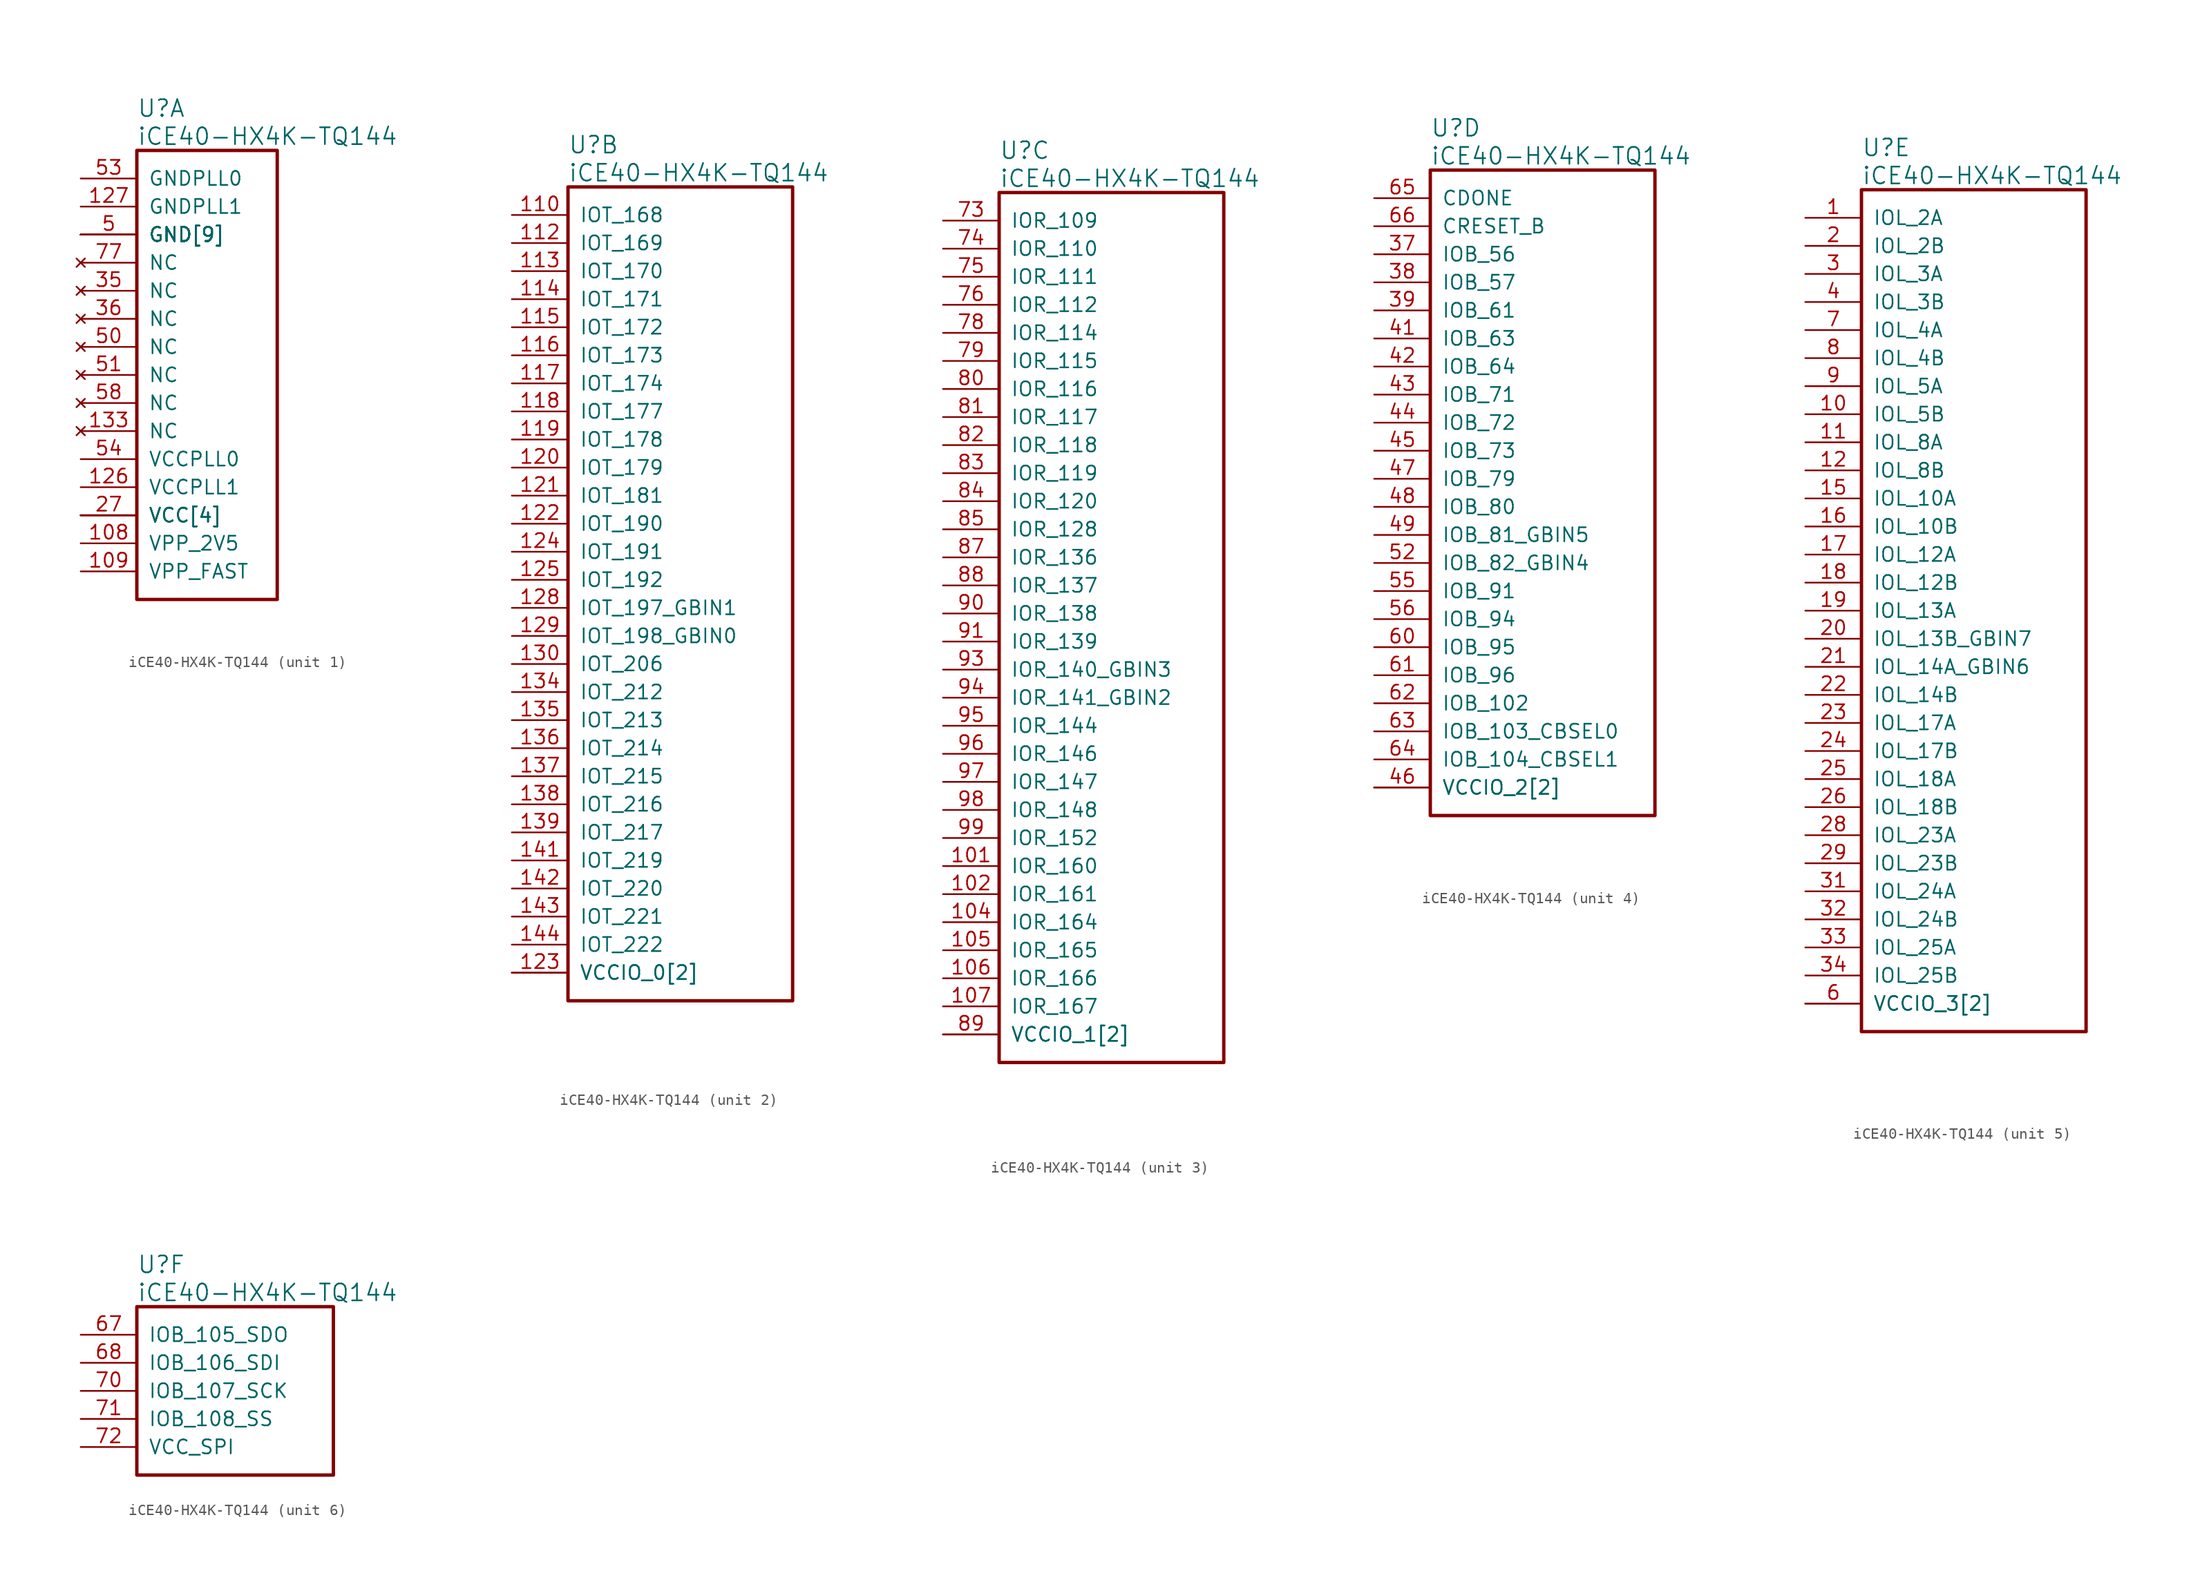
<source format=kicad_sym>
(kicad_symbol_lib
  (version 20241209)
  (generator "kicad_symbol_editor")
  (generator_version "9.0")
  (symbol "iCE40-HX4K-TQ144"
    (pin_names
      (offset 1.016))
    (property "Reference" "U"
      (at 5.08 6.35 0)
      (effects (font (size 1.524 1.524)) (justify left)))
    (property "Value" "iCE40-HX4K-TQ144"
      (at 5.08 3.81 0)
      (effects (font (size 1.524 1.524)) (justify left)))
    (property "ki_locked" ""
      (at 0 0 0)
      (effects (font (size 1.27 1.27))))
    (symbol "iCE40-HX4K-TQ144_1_1"
      (rectangle (start 5.08 2.54) (end 17.78 -38.1) (stroke (width 0.305) (type solid)) (fill (type none)))
      (pin power_in line (at 0 0 0) (length 5.08) (name "GNDPLL0" (effects (font (size 1.27 1.27)))) (number "53" (effects (font (size 1.27 1.27)))))
      (pin power_in line (at 0 -2.54 0) (length 5.08) (name "GNDPLL1" (effects (font (size 1.27 1.27)))) (number "127" (effects (font (size 1.27 1.27)))))
      (pin power_in line (at 0 -5.08 0) (length 5.08) (name "GND[9]" (effects (font (size 1.27 1.27)))) (number "103" (effects (font (size 0 0)))))
      (pin power_in line (at 0 -5.08 0) (length 5.08) (name "GND[9]" (effects (font (size 1.27 1.27)))) (number "13" (effects (font (size 0 0)))))
      (pin power_in line (at 0 -5.08 0) (length 5.08) (name "GND[9]" (effects (font (size 1.27 1.27)))) (number "132" (effects (font (size 0 0)))))
      (pin power_in line (at 0 -5.08 0) (length 5.08) (name "GND[9]" (effects (font (size 1.27 1.27)))) (number "14" (effects (font (size 0 0)))))
      (pin power_in line (at 0 -5.08 0) (length 5.08) (name "GND[9]" (effects (font (size 1.27 1.27)))) (number "140" (effects (font (size 0 0)))))
      (pin power_in line (at 0 -5.08 0) (length 5.08) (name "GND[9]" (effects (font (size 1.27 1.27)))) (number "5" (effects (font (size 1.27 1.27)))))
      (pin power_in line (at 0 -5.08 0) (length 5.08) (name "GND[9]" (effects (font (size 1.27 1.27)))) (number "59" (effects (font (size 0 0)))))
      (pin power_in line (at 0 -5.08 0) (length 5.08) (name "GND[9]" (effects (font (size 1.27 1.27)))) (number "69" (effects (font (size 0 0)))))
      (pin power_in line (at 0 -5.08 0) (length 5.08) (name "GND[9]" (effects (font (size 1.27 1.27)))) (number "86" (effects (font (size 0 0)))))
      (pin no_connect line (at 0 -7.62 0) (length 5.08) (name "NC" (effects (font (size 1.27 1.27)))) (number "77" (effects (font (size 1.27 1.27)))))
      (pin no_connect line (at 0 -10.16 0) (length 5.08) (name "NC" (effects (font (size 1.27 1.27)))) (number "35" (effects (font (size 1.27 1.27)))))
      (pin no_connect line (at 0 -12.7 0) (length 5.08) (name "NC" (effects (font (size 1.27 1.27)))) (number "36" (effects (font (size 1.27 1.27)))))
      (pin no_connect line (at 0 -15.24 0) (length 5.08) (name "NC" (effects (font (size 1.27 1.27)))) (number "50" (effects (font (size 1.27 1.27)))))
      (pin no_connect line (at 0 -17.78 0) (length 5.08) (name "NC" (effects (font (size 1.27 1.27)))) (number "51" (effects (font (size 1.27 1.27)))))
      (pin no_connect line (at 0 -20.32 0) (length 5.08) (name "NC" (effects (font (size 1.27 1.27)))) (number "58" (effects (font (size 1.27 1.27)))))
      (pin no_connect line (at 0 -22.86 0) (length 5.08) (name "NC" (effects (font (size 1.27 1.27)))) (number "133" (effects (font (size 1.27 1.27)))))
      (pin power_in line (at 0 -25.4 0) (length 5.08) (name "VCCPLL0" (effects (font (size 1.27 1.27)))) (number "54" (effects (font (size 1.27 1.27)))))
      (pin power_in line (at 0 -27.94 0) (length 5.08) (name "VCCPLL1" (effects (font (size 1.27 1.27)))) (number "126" (effects (font (size 1.27 1.27)))))
      (pin power_in line (at 0 -30.48 0) (length 5.08) (name "VCC[4]" (effects (font (size 1.27 1.27)))) (number "111" (effects (font (size 0 0)))))
      (pin power_in line (at 0 -30.48 0) (length 5.08) (name "VCC[4]" (effects (font (size 1.27 1.27)))) (number "27" (effects (font (size 1.27 1.27)))))
      (pin power_in line (at 0 -30.48 0) (length 5.08) (name "VCC[4]" (effects (font (size 1.27 1.27)))) (number "40" (effects (font (size 0 0)))))
      (pin power_in line (at 0 -30.48 0) (length 5.08) (name "VCC[4]" (effects (font (size 1.27 1.27)))) (number "92" (effects (font (size 0 0)))))
      (pin power_in line (at 0 -33.02 0) (length 5.08) (name "VPP_2V5" (effects (font (size 1.27 1.27)))) (number "108" (effects (font (size 1.27 1.27)))))
      (pin power_in line (at 0 -35.56 0) (length 5.08) (name "VPP_FAST" (effects (font (size 1.27 1.27)))) (number "109" (effects (font (size 1.27 1.27))))))
    (symbol "iCE40-HX4K-TQ144_2_1"
      (rectangle (start 5.08 2.54) (end 25.4 -71.12) (stroke (width 0.305) (type solid)) (fill (type none)))
      (pin bidirectional line (at 0 0 0) (length 5.08) (name "IOT_168" (effects (font (size 1.27 1.27)))) (number "110" (effects (font (size 1.27 1.27)))))
      (pin bidirectional line (at 0 -2.54 0) (length 5.08) (name "IOT_169" (effects (font (size 1.27 1.27)))) (number "112" (effects (font (size 1.27 1.27)))))
      (pin bidirectional line (at 0 -5.08 0) (length 5.08) (name "IOT_170" (effects (font (size 1.27 1.27)))) (number "113" (effects (font (size 1.27 1.27)))))
      (pin bidirectional line (at 0 -7.62 0) (length 5.08) (name "IOT_171" (effects (font (size 1.27 1.27)))) (number "114" (effects (font (size 1.27 1.27)))))
      (pin bidirectional line (at 0 -10.16 0) (length 5.08) (name "IOT_172" (effects (font (size 1.27 1.27)))) (number "115" (effects (font (size 1.27 1.27)))))
      (pin bidirectional line (at 0 -12.7 0) (length 5.08) (name "IOT_173" (effects (font (size 1.27 1.27)))) (number "116" (effects (font (size 1.27 1.27)))))
      (pin bidirectional line (at 0 -15.24 0) (length 5.08) (name "IOT_174" (effects (font (size 1.27 1.27)))) (number "117" (effects (font (size 1.27 1.27)))))
      (pin bidirectional line (at 0 -17.78 0) (length 5.08) (name "IOT_177" (effects (font (size 1.27 1.27)))) (number "118" (effects (font (size 1.27 1.27)))))
      (pin bidirectional line (at 0 -20.32 0) (length 5.08) (name "IOT_178" (effects (font (size 1.27 1.27)))) (number "119" (effects (font (size 1.27 1.27)))))
      (pin bidirectional line (at 0 -22.86 0) (length 5.08) (name "IOT_179" (effects (font (size 1.27 1.27)))) (number "120" (effects (font (size 1.27 1.27)))))
      (pin bidirectional line (at 0 -25.4 0) (length 5.08) (name "IOT_181" (effects (font (size 1.27 1.27)))) (number "121" (effects (font (size 1.27 1.27)))))
      (pin bidirectional line (at 0 -27.94 0) (length 5.08) (name "IOT_190" (effects (font (size 1.27 1.27)))) (number "122" (effects (font (size 1.27 1.27)))))
      (pin bidirectional line (at 0 -30.48 0) (length 5.08) (name "IOT_191" (effects (font (size 1.27 1.27)))) (number "124" (effects (font (size 1.27 1.27)))))
      (pin bidirectional line (at 0 -33.02 0) (length 5.08) (name "IOT_192" (effects (font (size 1.27 1.27)))) (number "125" (effects (font (size 1.27 1.27)))))
      (pin bidirectional line (at 0 -35.56 0) (length 5.08) (name "IOT_197_GBIN1" (effects (font (size 1.27 1.27)))) (number "128" (effects (font (size 1.27 1.27)))))
      (pin bidirectional line (at 0 -38.1 0) (length 5.08) (name "IOT_198_GBIN0" (effects (font (size 1.27 1.27)))) (number "129" (effects (font (size 1.27 1.27)))))
      (pin bidirectional line (at 0 -40.64 0) (length 5.08) (name "IOT_206" (effects (font (size 1.27 1.27)))) (number "130" (effects (font (size 1.27 1.27)))))
      (pin bidirectional line (at 0 -43.18 0) (length 5.08) (name "IOT_212" (effects (font (size 1.27 1.27)))) (number "134" (effects (font (size 1.27 1.27)))))
      (pin bidirectional line (at 0 -45.72 0) (length 5.08) (name "IOT_213" (effects (font (size 1.27 1.27)))) (number "135" (effects (font (size 1.27 1.27)))))
      (pin bidirectional line (at 0 -48.26 0) (length 5.08) (name "IOT_214" (effects (font (size 1.27 1.27)))) (number "136" (effects (font (size 1.27 1.27)))))
      (pin bidirectional line (at 0 -50.8 0) (length 5.08) (name "IOT_215" (effects (font (size 1.27 1.27)))) (number "137" (effects (font (size 1.27 1.27)))))
      (pin bidirectional line (at 0 -53.34 0) (length 5.08) (name "IOT_216" (effects (font (size 1.27 1.27)))) (number "138" (effects (font (size 1.27 1.27)))))
      (pin bidirectional line (at 0 -55.88 0) (length 5.08) (name "IOT_217" (effects (font (size 1.27 1.27)))) (number "139" (effects (font (size 1.27 1.27)))))
      (pin bidirectional line (at 0 -58.42 0) (length 5.08) (name "IOT_219" (effects (font (size 1.27 1.27)))) (number "141" (effects (font (size 1.27 1.27)))))
      (pin bidirectional line (at 0 -60.96 0) (length 5.08) (name "IOT_220" (effects (font (size 1.27 1.27)))) (number "142" (effects (font (size 1.27 1.27)))))
      (pin bidirectional line (at 0 -63.5 0) (length 5.08) (name "IOT_221" (effects (font (size 1.27 1.27)))) (number "143" (effects (font (size 1.27 1.27)))))
      (pin bidirectional line (at 0 -66.04 0) (length 5.08) (name "IOT_222" (effects (font (size 1.27 1.27)))) (number "144" (effects (font (size 1.27 1.27)))))
      (pin power_in line (at 0 -68.58 0) (length 5.08) (name "VCCIO_0[2]" (effects (font (size 1.27 1.27)))) (number "123" (effects (font (size 1.27 1.27)))))
      (pin power_in line (at 0 -68.58 0) (length 5.08) (name "VCCIO_0[2]" (effects (font (size 1.27 1.27)))) (number "131" (effects (font (size 0 0))))))
    (symbol "iCE40-HX4K-TQ144_3_1"
      (rectangle (start 5.08 2.54) (end 25.4 -76.2) (stroke (width 0.305) (type solid)) (fill (type none)))
      (pin bidirectional line (at 0 0 0) (length 5.08) (name "IOR_109" (effects (font (size 1.27 1.27)))) (number "73" (effects (font (size 1.27 1.27)))))
      (pin bidirectional line (at 0 -2.54 0) (length 5.08) (name "IOR_110" (effects (font (size 1.27 1.27)))) (number "74" (effects (font (size 1.27 1.27)))))
      (pin bidirectional line (at 0 -5.08 0) (length 5.08) (name "IOR_111" (effects (font (size 1.27 1.27)))) (number "75" (effects (font (size 1.27 1.27)))))
      (pin bidirectional line (at 0 -7.62 0) (length 5.08) (name "IOR_112" (effects (font (size 1.27 1.27)))) (number "76" (effects (font (size 1.27 1.27)))))
      (pin bidirectional line (at 0 -10.16 0) (length 5.08) (name "IOR_114" (effects (font (size 1.27 1.27)))) (number "78" (effects (font (size 1.27 1.27)))))
      (pin bidirectional line (at 0 -12.7 0) (length 5.08) (name "IOR_115" (effects (font (size 1.27 1.27)))) (number "79" (effects (font (size 1.27 1.27)))))
      (pin bidirectional line (at 0 -15.24 0) (length 5.08) (name "IOR_116" (effects (font (size 1.27 1.27)))) (number "80" (effects (font (size 1.27 1.27)))))
      (pin bidirectional line (at 0 -17.78 0) (length 5.08) (name "IOR_117" (effects (font (size 1.27 1.27)))) (number "81" (effects (font (size 1.27 1.27)))))
      (pin bidirectional line (at 0 -20.32 0) (length 5.08) (name "IOR_118" (effects (font (size 1.27 1.27)))) (number "82" (effects (font (size 1.27 1.27)))))
      (pin bidirectional line (at 0 -22.86 0) (length 5.08) (name "IOR_119" (effects (font (size 1.27 1.27)))) (number "83" (effects (font (size 1.27 1.27)))))
      (pin bidirectional line (at 0 -25.4 0) (length 5.08) (name "IOR_120" (effects (font (size 1.27 1.27)))) (number "84" (effects (font (size 1.27 1.27)))))
      (pin bidirectional line (at 0 -27.94 0) (length 5.08) (name "IOR_128" (effects (font (size 1.27 1.27)))) (number "85" (effects (font (size 1.27 1.27)))))
      (pin bidirectional line (at 0 -30.48 0) (length 5.08) (name "IOR_136" (effects (font (size 1.27 1.27)))) (number "87" (effects (font (size 1.27 1.27)))))
      (pin bidirectional line (at 0 -33.02 0) (length 5.08) (name "IOR_137" (effects (font (size 1.27 1.27)))) (number "88" (effects (font (size 1.27 1.27)))))
      (pin bidirectional line (at 0 -35.56 0) (length 5.08) (name "IOR_138" (effects (font (size 1.27 1.27)))) (number "90" (effects (font (size 1.27 1.27)))))
      (pin bidirectional line (at 0 -38.1 0) (length 5.08) (name "IOR_139" (effects (font (size 1.27 1.27)))) (number "91" (effects (font (size 1.27 1.27)))))
      (pin bidirectional line (at 0 -40.64 0) (length 5.08) (name "IOR_140_GBIN3" (effects (font (size 1.27 1.27)))) (number "93" (effects (font (size 1.27 1.27)))))
      (pin bidirectional line (at 0 -43.18 0) (length 5.08) (name "IOR_141_GBIN2" (effects (font (size 1.27 1.27)))) (number "94" (effects (font (size 1.27 1.27)))))
      (pin bidirectional line (at 0 -45.72 0) (length 5.08) (name "IOR_144" (effects (font (size 1.27 1.27)))) (number "95" (effects (font (size 1.27 1.27)))))
      (pin bidirectional line (at 0 -48.26 0) (length 5.08) (name "IOR_146" (effects (font (size 1.27 1.27)))) (number "96" (effects (font (size 1.27 1.27)))))
      (pin bidirectional line (at 0 -50.8 0) (length 5.08) (name "IOR_147" (effects (font (size 1.27 1.27)))) (number "97" (effects (font (size 1.27 1.27)))))
      (pin bidirectional line (at 0 -53.34 0) (length 5.08) (name "IOR_148" (effects (font (size 1.27 1.27)))) (number "98" (effects (font (size 1.27 1.27)))))
      (pin bidirectional line (at 0 -55.88 0) (length 5.08) (name "IOR_152" (effects (font (size 1.27 1.27)))) (number "99" (effects (font (size 1.27 1.27)))))
      (pin bidirectional line (at 0 -58.42 0) (length 5.08) (name "IOR_160" (effects (font (size 1.27 1.27)))) (number "101" (effects (font (size 1.27 1.27)))))
      (pin bidirectional line (at 0 -60.96 0) (length 5.08) (name "IOR_161" (effects (font (size 1.27 1.27)))) (number "102" (effects (font (size 1.27 1.27)))))
      (pin bidirectional line (at 0 -63.5 0) (length 5.08) (name "IOR_164" (effects (font (size 1.27 1.27)))) (number "104" (effects (font (size 1.27 1.27)))))
      (pin bidirectional line (at 0 -66.04 0) (length 5.08) (name "IOR_165" (effects (font (size 1.27 1.27)))) (number "105" (effects (font (size 1.27 1.27)))))
      (pin bidirectional line (at 0 -68.58 0) (length 5.08) (name "IOR_166" (effects (font (size 1.27 1.27)))) (number "106" (effects (font (size 1.27 1.27)))))
      (pin bidirectional line (at 0 -71.12 0) (length 5.08) (name "IOR_167" (effects (font (size 1.27 1.27)))) (number "107" (effects (font (size 1.27 1.27)))))
      (pin power_in line (at 0 -73.66 0) (length 5.08) (name "VCCIO_1[2]" (effects (font (size 1.27 1.27)))) (number "100" (effects (font (size 0 0)))))
      (pin power_in line (at 0 -73.66 0) (length 5.08) (name "VCCIO_1[2]" (effects (font (size 1.27 1.27)))) (number "89" (effects (font (size 1.27 1.27))))))
    (symbol "iCE40-HX4K-TQ144_4_1"
      (rectangle (start 5.08 2.54) (end 25.4 -55.88) (stroke (width 0.305) (type solid)) (fill (type none)))
      (pin output line (at 0 0 0) (length 5.08) (name "CDONE" (effects (font (size 1.27 1.27)))) (number "65" (effects (font (size 1.27 1.27)))))
      (pin input line (at 0 -2.54 0) (length 5.08) (name "CRESET_B" (effects (font (size 1.27 1.27)))) (number "66" (effects (font (size 1.27 1.27)))))
      (pin bidirectional line (at 0 -5.08 0) (length 5.08) (name "IOB_56" (effects (font (size 1.27 1.27)))) (number "37" (effects (font (size 1.27 1.27)))))
      (pin bidirectional line (at 0 -7.62 0) (length 5.08) (name "IOB_57" (effects (font (size 1.27 1.27)))) (number "38" (effects (font (size 1.27 1.27)))))
      (pin bidirectional line (at 0 -10.16 0) (length 5.08) (name "IOB_61" (effects (font (size 1.27 1.27)))) (number "39" (effects (font (size 1.27 1.27)))))
      (pin bidirectional line (at 0 -12.7 0) (length 5.08) (name "IOB_63" (effects (font (size 1.27 1.27)))) (number "41" (effects (font (size 1.27 1.27)))))
      (pin bidirectional line (at 0 -15.24 0) (length 5.08) (name "IOB_64" (effects (font (size 1.27 1.27)))) (number "42" (effects (font (size 1.27 1.27)))))
      (pin bidirectional line (at 0 -17.78 0) (length 5.08) (name "IOB_71" (effects (font (size 1.27 1.27)))) (number "43" (effects (font (size 1.27 1.27)))))
      (pin bidirectional line (at 0 -20.32 0) (length 5.08) (name "IOB_72" (effects (font (size 1.27 1.27)))) (number "44" (effects (font (size 1.27 1.27)))))
      (pin bidirectional line (at 0 -22.86 0) (length 5.08) (name "IOB_73" (effects (font (size 1.27 1.27)))) (number "45" (effects (font (size 1.27 1.27)))))
      (pin bidirectional line (at 0 -25.4 0) (length 5.08) (name "IOB_79" (effects (font (size 1.27 1.27)))) (number "47" (effects (font (size 1.27 1.27)))))
      (pin bidirectional line (at 0 -27.94 0) (length 5.08) (name "IOB_80" (effects (font (size 1.27 1.27)))) (number "48" (effects (font (size 1.27 1.27)))))
      (pin bidirectional line (at 0 -30.48 0) (length 5.08) (name "IOB_81_GBIN5" (effects (font (size 1.27 1.27)))) (number "49" (effects (font (size 1.27 1.27)))))
      (pin bidirectional line (at 0 -33.02 0) (length 5.08) (name "IOB_82_GBIN4" (effects (font (size 1.27 1.27)))) (number "52" (effects (font (size 1.27 1.27)))))
      (pin bidirectional line (at 0 -35.56 0) (length 5.08) (name "IOB_91" (effects (font (size 1.27 1.27)))) (number "55" (effects (font (size 1.27 1.27)))))
      (pin bidirectional line (at 0 -38.1 0) (length 5.08) (name "IOB_94" (effects (font (size 1.27 1.27)))) (number "56" (effects (font (size 1.27 1.27)))))
      (pin bidirectional line (at 0 -40.64 0) (length 5.08) (name "IOB_95" (effects (font (size 1.27 1.27)))) (number "60" (effects (font (size 1.27 1.27)))))
      (pin bidirectional line (at 0 -43.18 0) (length 5.08) (name "IOB_96" (effects (font (size 1.27 1.27)))) (number "61" (effects (font (size 1.27 1.27)))))
      (pin bidirectional line (at 0 -45.72 0) (length 5.08) (name "IOB_102" (effects (font (size 1.27 1.27)))) (number "62" (effects (font (size 1.27 1.27)))))
      (pin bidirectional line (at 0 -48.26 0) (length 5.08) (name "IOB_103_CBSEL0" (effects (font (size 1.27 1.27)))) (number "63" (effects (font (size 1.27 1.27)))))
      (pin bidirectional line (at 0 -50.8 0) (length 5.08) (name "IOB_104_CBSEL1" (effects (font (size 1.27 1.27)))) (number "64" (effects (font (size 1.27 1.27)))))
      (pin power_in line (at 0 -53.34 0) (length 5.08) (name "VCCIO_2[2]" (effects (font (size 1.27 1.27)))) (number "46" (effects (font (size 1.27 1.27)))))
      (pin power_in line (at 0 -53.34 0) (length 5.08) (name "VCCIO_2[2]" (effects (font (size 1.27 1.27)))) (number "57" (effects (font (size 0 0))))))
    (symbol "iCE40-HX4K-TQ144_5_1"
      (rectangle (start 5.08 2.54) (end 25.4 -73.66) (stroke (width 0.305) (type solid)) (fill (type none)))
      (pin bidirectional line (at 0 0 0) (length 5.08) (name "IOL_2A" (effects (font (size 1.27 1.27)))) (number "1" (effects (font (size 1.27 1.27)))))
      (pin bidirectional line (at 0 -2.54 0) (length 5.08) (name "IOL_2B" (effects (font (size 1.27 1.27)))) (number "2" (effects (font (size 1.27 1.27)))))
      (pin bidirectional line (at 0 -5.08 0) (length 5.08) (name "IOL_3A" (effects (font (size 1.27 1.27)))) (number "3" (effects (font (size 1.27 1.27)))))
      (pin bidirectional line (at 0 -7.62 0) (length 5.08) (name "IOL_3B" (effects (font (size 1.27 1.27)))) (number "4" (effects (font (size 1.27 1.27)))))
      (pin bidirectional line (at 0 -10.16 0) (length 5.08) (name "IOL_4A" (effects (font (size 1.27 1.27)))) (number "7" (effects (font (size 1.27 1.27)))))
      (pin bidirectional line (at 0 -12.7 0) (length 5.08) (name "IOL_4B" (effects (font (size 1.27 1.27)))) (number "8" (effects (font (size 1.27 1.27)))))
      (pin bidirectional line (at 0 -15.24 0) (length 5.08) (name "IOL_5A" (effects (font (size 1.27 1.27)))) (number "9" (effects (font (size 1.27 1.27)))))
      (pin bidirectional line (at 0 -17.78 0) (length 5.08) (name "IOL_5B" (effects (font (size 1.27 1.27)))) (number "10" (effects (font (size 1.27 1.27)))))
      (pin bidirectional line (at 0 -20.32 0) (length 5.08) (name "IOL_8A" (effects (font (size 1.27 1.27)))) (number "11" (effects (font (size 1.27 1.27)))))
      (pin bidirectional line (at 0 -22.86 0) (length 5.08) (name "IOL_8B" (effects (font (size 1.27 1.27)))) (number "12" (effects (font (size 1.27 1.27)))))
      (pin bidirectional line (at 0 -25.4 0) (length 5.08) (name "IOL_10A" (effects (font (size 1.27 1.27)))) (number "15" (effects (font (size 1.27 1.27)))))
      (pin bidirectional line (at 0 -27.94 0) (length 5.08) (name "IOL_10B" (effects (font (size 1.27 1.27)))) (number "16" (effects (font (size 1.27 1.27)))))
      (pin bidirectional line (at 0 -30.48 0) (length 5.08) (name "IOL_12A" (effects (font (size 1.27 1.27)))) (number "17" (effects (font (size 1.27 1.27)))))
      (pin bidirectional line (at 0 -33.02 0) (length 5.08) (name "IOL_12B" (effects (font (size 1.27 1.27)))) (number "18" (effects (font (size 1.27 1.27)))))
      (pin bidirectional line (at 0 -35.56 0) (length 5.08) (name "IOL_13A" (effects (font (size 1.27 1.27)))) (number "19" (effects (font (size 1.27 1.27)))))
      (pin bidirectional line (at 0 -38.1 0) (length 5.08) (name "IOL_13B_GBIN7" (effects (font (size 1.27 1.27)))) (number "20" (effects (font (size 1.27 1.27)))))
      (pin bidirectional line (at 0 -40.64 0) (length 5.08) (name "IOL_14A_GBIN6" (effects (font (size 1.27 1.27)))) (number "21" (effects (font (size 1.27 1.27)))))
      (pin bidirectional line (at 0 -43.18 0) (length 5.08) (name "IOL_14B" (effects (font (size 1.27 1.27)))) (number "22" (effects (font (size 1.27 1.27)))))
      (pin bidirectional line (at 0 -45.72 0) (length 5.08) (name "IOL_17A" (effects (font (size 1.27 1.27)))) (number "23" (effects (font (size 1.27 1.27)))))
      (pin bidirectional line (at 0 -48.26 0) (length 5.08) (name "IOL_17B" (effects (font (size 1.27 1.27)))) (number "24" (effects (font (size 1.27 1.27)))))
      (pin bidirectional line (at 0 -50.8 0) (length 5.08) (name "IOL_18A" (effects (font (size 1.27 1.27)))) (number "25" (effects (font (size 1.27 1.27)))))
      (pin bidirectional line (at 0 -53.34 0) (length 5.08) (name "IOL_18B" (effects (font (size 1.27 1.27)))) (number "26" (effects (font (size 1.27 1.27)))))
      (pin bidirectional line (at 0 -55.88 0) (length 5.08) (name "IOL_23A" (effects (font (size 1.27 1.27)))) (number "28" (effects (font (size 1.27 1.27)))))
      (pin bidirectional line (at 0 -58.42 0) (length 5.08) (name "IOL_23B" (effects (font (size 1.27 1.27)))) (number "29" (effects (font (size 1.27 1.27)))))
      (pin bidirectional line (at 0 -60.96 0) (length 5.08) (name "IOL_24A" (effects (font (size 1.27 1.27)))) (number "31" (effects (font (size 1.27 1.27)))))
      (pin bidirectional line (at 0 -63.5 0) (length 5.08) (name "IOL_24B" (effects (font (size 1.27 1.27)))) (number "32" (effects (font (size 1.27 1.27)))))
      (pin bidirectional line (at 0 -66.04 0) (length 5.08) (name "IOL_25A" (effects (font (size 1.27 1.27)))) (number "33" (effects (font (size 1.27 1.27)))))
      (pin bidirectional line (at 0 -68.58 0) (length 5.08) (name "IOL_25B" (effects (font (size 1.27 1.27)))) (number "34" (effects (font (size 1.27 1.27)))))
      (pin power_in line (at 0 -71.12 0) (length 5.08) (name "VCCIO_3[2]" (effects (font (size 1.27 1.27)))) (number "30" (effects (font (size 0 0)))))
      (pin power_in line (at 0 -71.12 0) (length 5.08) (name "VCCIO_3[2]" (effects (font (size 1.27 1.27)))) (number "6" (effects (font (size 1.27 1.27))))))
    (symbol "iCE40-HX4K-TQ144_6_1"
      (rectangle (start 5.08 2.54) (end 22.86 -12.7) (stroke (width 0.305) (type solid)) (fill (type none)))
      (pin bidirectional line (at 0 0 0) (length 5.08) (name "IOB_105_SDO" (effects (font (size 1.27 1.27)))) (number "67" (effects (font (size 1.27 1.27)))))
      (pin bidirectional line (at 0 -2.54 0) (length 5.08) (name "IOB_106_SDI" (effects (font (size 1.27 1.27)))) (number "68" (effects (font (size 1.27 1.27)))))
      (pin bidirectional line (at 0 -5.08 0) (length 5.08) (name "IOB_107_SCK" (effects (font (size 1.27 1.27)))) (number "70" (effects (font (size 1.27 1.27)))))
      (pin bidirectional line (at 0 -7.62 0) (length 5.08) (name "IOB_108_SS" (effects (font (size 1.27 1.27)))) (number "71" (effects (font (size 1.27 1.27)))))
      (pin power_in line (at 0 -10.16 0) (length 5.08) (name "VCC_SPI" (effects (font (size 1.27 1.27)))) (number "72" (effects (font (size 1.27 1.27))))))))
</source>
